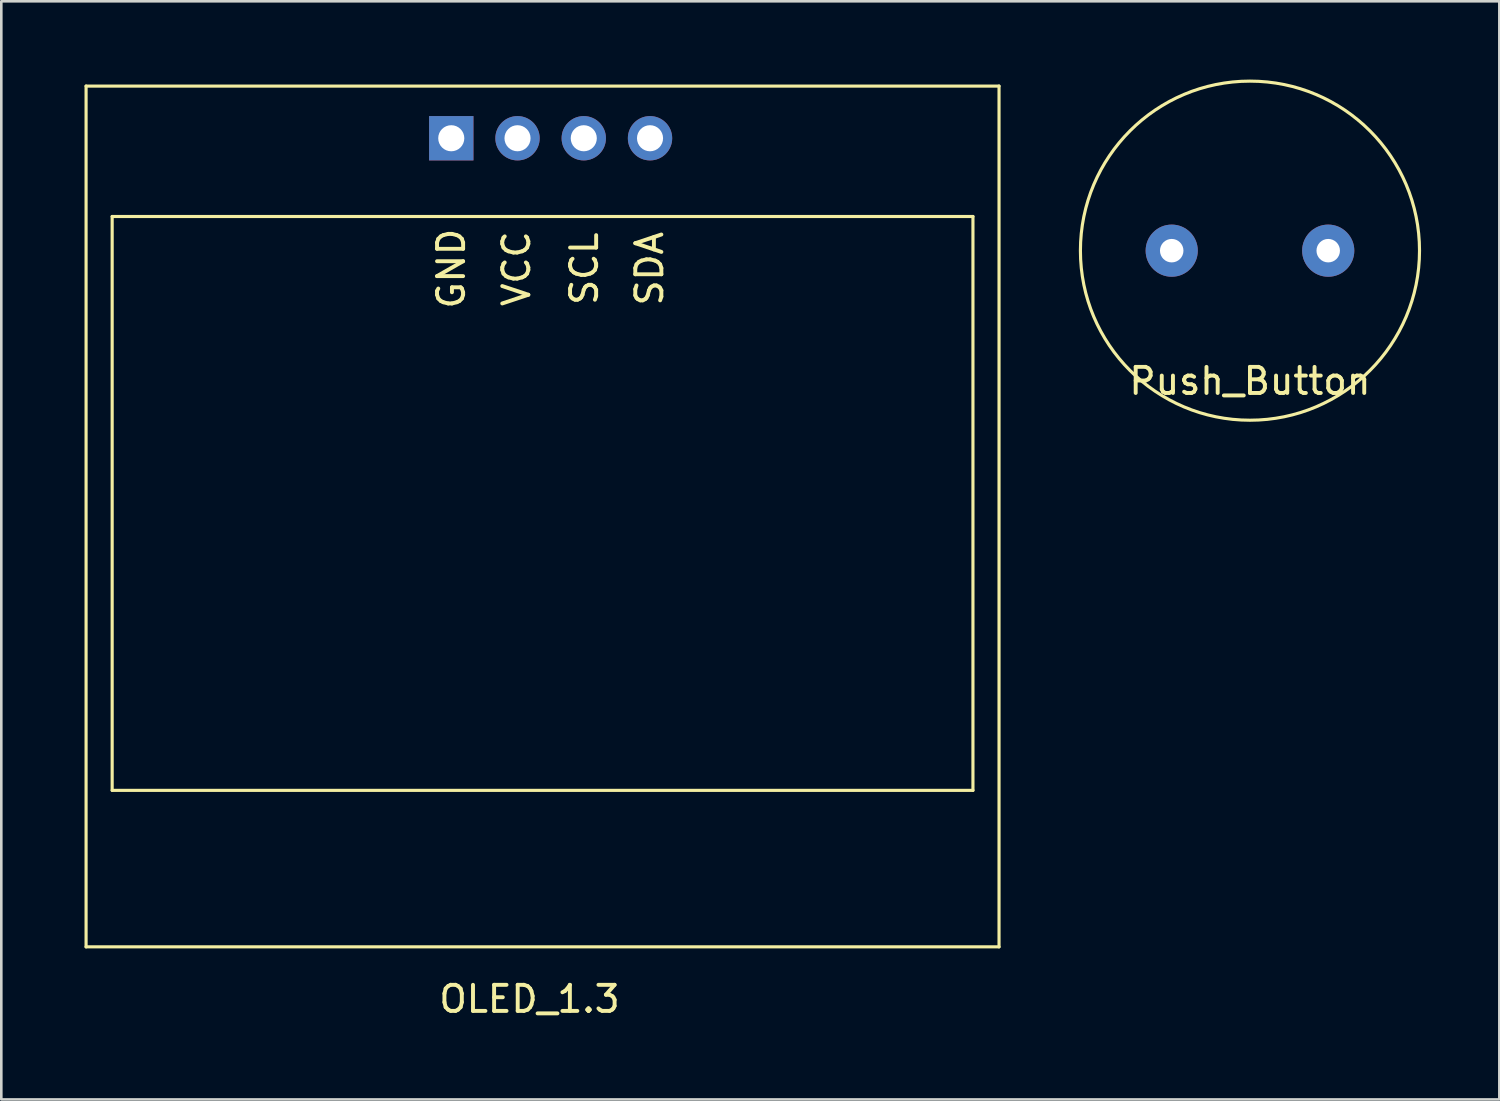
<source format=kicad_pcb>
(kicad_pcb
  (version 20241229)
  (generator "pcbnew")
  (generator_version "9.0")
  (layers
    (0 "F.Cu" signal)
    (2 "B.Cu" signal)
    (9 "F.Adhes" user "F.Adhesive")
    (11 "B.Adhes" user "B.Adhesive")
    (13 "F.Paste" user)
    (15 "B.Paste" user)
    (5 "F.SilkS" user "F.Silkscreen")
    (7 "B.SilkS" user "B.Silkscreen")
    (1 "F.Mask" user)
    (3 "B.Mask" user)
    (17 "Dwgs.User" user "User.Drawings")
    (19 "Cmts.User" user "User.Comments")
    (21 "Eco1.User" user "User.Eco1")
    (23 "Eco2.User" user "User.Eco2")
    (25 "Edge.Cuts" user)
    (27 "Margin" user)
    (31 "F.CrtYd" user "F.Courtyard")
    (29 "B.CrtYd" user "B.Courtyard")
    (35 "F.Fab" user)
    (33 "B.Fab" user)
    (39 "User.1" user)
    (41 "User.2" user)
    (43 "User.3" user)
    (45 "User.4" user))
  (footprint "Push_Button"
    (layer "F.Cu")
    (at 44.87 6.56)
    (property "Reference" "Push_Button" (at 0 5 0) (layer "F.SilkS") (effects (font (size 1 1) (thickness 0.15))))
    (attr through_hole)
    (fp_circle (center 0 0) (end 6.5 0) (stroke (width 0.12) (type solid)) (fill no) (layer "F.SilkS"))
    (pad "1" thru_hole circle (at 3 0) (size 2 2) (drill 0.9) (layers "*.Cu" "*.Mask"))
    (pad "2" thru_hole circle (at -3 0) (size 2 2) (drill 0.9) (layers "*.Cu" "*.Mask")))
  (footprint "OLED_1.3"
    (layer "F.Cu")
    (at 0.25 0.25)
    (property "Reference" "OLED_1.3" (at 17 35 0) (layer "F.SilkS") (effects (font (size 1 1) (thickness 0.15))))
    (attr through_hole)
    (fp_line (start 0 0) (end 35 0) (stroke (width 0.12) (type solid)) (layer "F.SilkS"))
    (fp_line (start 0 33) (end 0 0) (stroke (width 0.12) (type solid)) (layer "F.SilkS"))
    (fp_line (start 1 5) (end 34 5) (stroke (width 0.12) (type solid)) (layer "F.SilkS"))
    (fp_line (start 1 27) (end 1 5) (stroke (width 0.12) (type solid)) (layer "F.SilkS"))
    (fp_line (start 34 5) (end 34 27) (stroke (width 0.12) (type solid)) (layer "F.SilkS"))
    (fp_line (start 34 27) (end 1 27) (stroke (width 0.12) (type solid)) (layer "F.SilkS"))
    (fp_line (start 35 0) (end 35 33) (stroke (width 0.12) (type solid)) (layer "F.SilkS"))
    (fp_line (start 35 33) (end 0 33) (stroke (width 0.12) (type solid)) (layer "F.SilkS"))
    (fp_text user "SCL" (at 19.1 7 90) (layer "F.SilkS") (effects (font (size 1 1) (thickness 0.15))))
    (fp_text user "GND" (at 14 7 90) (layer "F.SilkS") (effects (font (size 1 1) (thickness 0.15))))
    (fp_text user "SDA" (at 21.6 7 90) (layer "F.SilkS") (effects (font (size 1 1) (thickness 0.15))))
    (fp_text user "VCC" (at 16.5 7 90) (layer "F.SilkS") (effects (font (size 1 1) (thickness 0.15))))
    (pad "1" thru_hole rect (at 14 2 90) (size 1.7 1.7) (drill 1) (layers "*.Cu" "*.Mask"))
    (pad "2" thru_hole oval (at 16.54 2 90) (size 1.7 1.7) (drill 1) (layers "*.Cu" "*.Mask"))
    (pad "3" thru_hole oval (at 19.08 2 90) (size 1.7 1.7) (drill 1) (layers "*.Cu" "*.Mask"))
    (pad "4" thru_hole oval (at 21.62 2 90) (size 1.7 1.7) (drill 1) (layers "*.Cu" "*.Mask")))
  (gr_rect
    (start -3 -3)
    (end 54.43 39.098)
    (stroke (width 0.1) (type default))
    (fill no)
    (layer "Edge.Cuts")))
</source>
